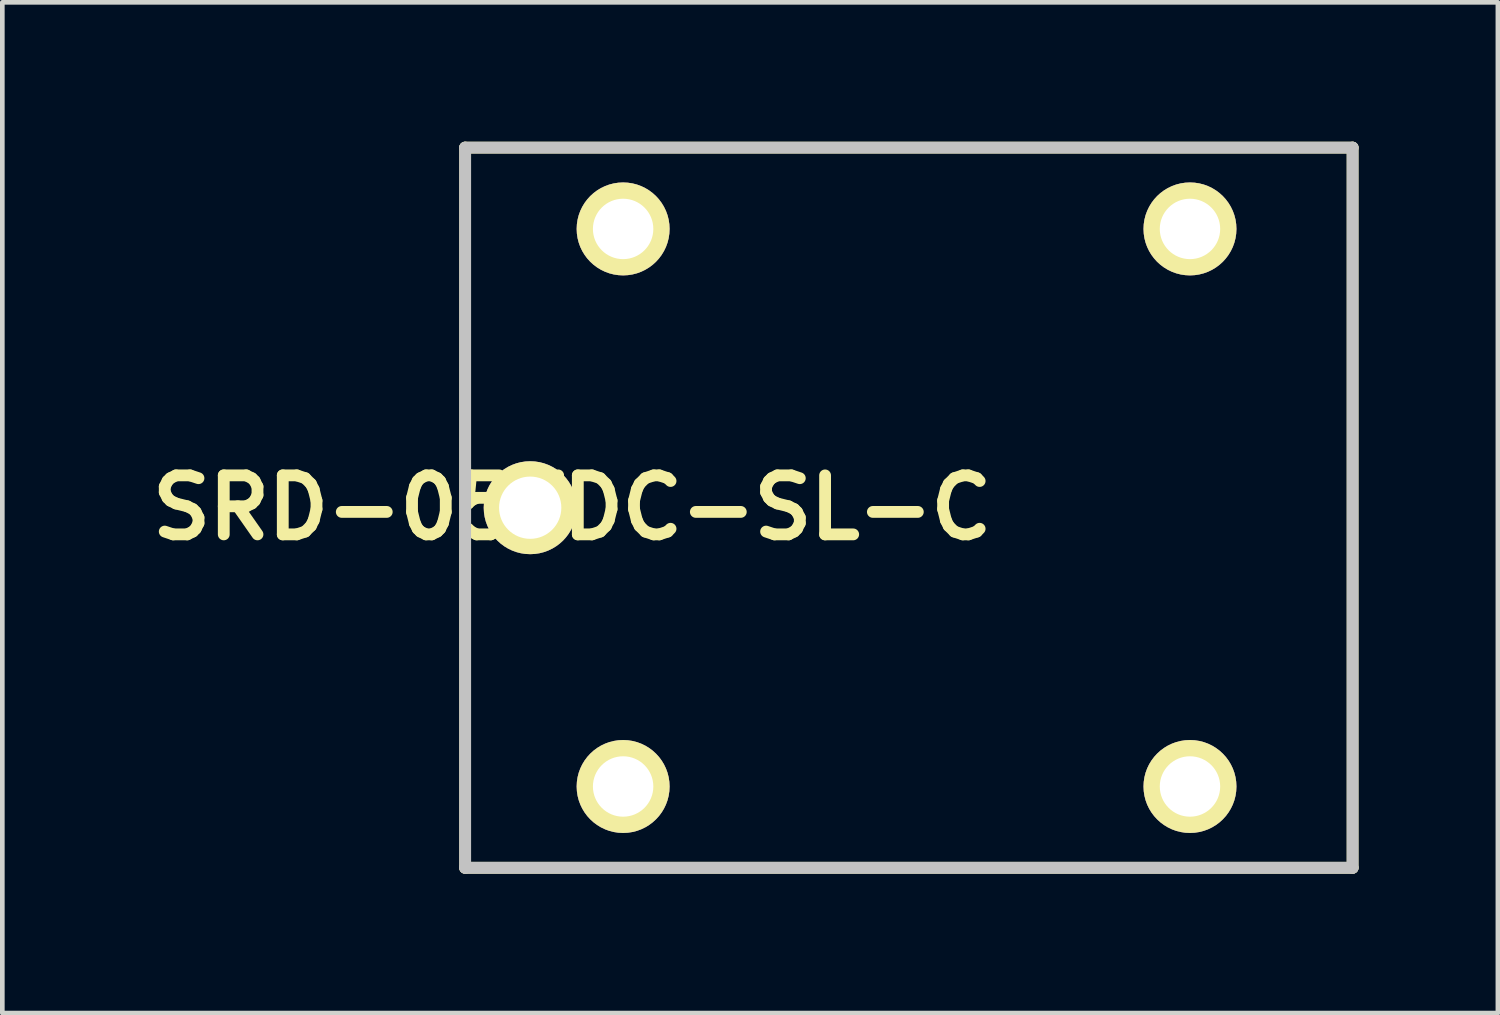
<source format=kicad_pcb>
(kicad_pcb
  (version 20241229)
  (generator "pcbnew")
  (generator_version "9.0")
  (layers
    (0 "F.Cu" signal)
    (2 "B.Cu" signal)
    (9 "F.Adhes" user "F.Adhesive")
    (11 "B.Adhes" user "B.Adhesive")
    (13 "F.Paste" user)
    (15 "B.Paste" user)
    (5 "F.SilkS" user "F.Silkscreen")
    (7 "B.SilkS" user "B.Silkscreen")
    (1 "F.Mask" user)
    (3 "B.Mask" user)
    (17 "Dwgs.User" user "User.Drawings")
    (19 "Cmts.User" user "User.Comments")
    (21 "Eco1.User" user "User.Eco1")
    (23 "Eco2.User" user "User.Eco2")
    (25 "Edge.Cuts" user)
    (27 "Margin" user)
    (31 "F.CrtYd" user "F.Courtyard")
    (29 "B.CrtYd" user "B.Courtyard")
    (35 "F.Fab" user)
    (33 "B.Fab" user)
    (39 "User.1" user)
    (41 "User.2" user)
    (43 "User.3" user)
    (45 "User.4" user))
  (footprint "SRD-05VDC-SL-C"
    (layer "F.Cu")
    (at 8.361 7.877)
    (property "Reference" "SRD-05VDC-SL-C" (at 0.904 0 0) (layer "F.SilkS") (effects (font (size 1.27 1.27) (thickness 0.254))))
    (attr through_hole)
    (fp_line (start -1.4 -7.75) (end 17.7 -7.75) (stroke (width 0.254) (type solid)) (layer "F.SilkS"))
    (fp_line (start -1.4 7.75) (end -1.4 -7.75) (stroke (width 0.254) (type solid)) (layer "F.SilkS"))
    (fp_line (start 17.7 -7.75) (end 17.7 7.75) (stroke (width 0.254) (type solid)) (layer "F.SilkS"))
    (fp_line (start 17.7 7.75) (end -1.4 7.75) (stroke (width 0.254) (type solid)) (layer "F.SilkS"))
    (fp_line (start -1.4 -7.75) (end 17.7 -7.75) (stroke (width 0.254) (type solid)) (layer "Dwgs.User"))
    (fp_line (start -1.4 7.75) (end -1.4 -7.75) (stroke (width 0.254) (type solid)) (layer "Dwgs.User"))
    (fp_line (start 17.7 -7.75) (end 17.7 7.75) (stroke (width 0.254) (type solid)) (layer "Dwgs.User"))
    (fp_line (start 17.7 7.75) (end -1.4 7.75) (stroke (width 0.254) (type solid)) (layer "Dwgs.User"))
    (pad "1" thru_hole circle (at 0 0 90) (size 2 2) (drill 1.34) (layers "*.Cu" "*.Mask" "F.SilkS"))
    (pad "2" thru_hole circle (at 2 -6 90) (size 2 2) (drill 1.3) (layers "*.Cu" "*.Mask" "F.SilkS"))
    (pad "3" thru_hole circle (at 2 6 90) (size 2 2) (drill 1.3) (layers "*.Cu" "*.Mask" "F.SilkS"))
    (pad "4" thru_hole circle (at 14.2 -6 90) (size 2 2) (drill 1.3) (layers "*.Cu" "*.Mask" "F.SilkS"))
    (pad "5" thru_hole circle (at 14.2 6 90) (size 2 2) (drill 1.3) (layers "*.Cu" "*.Mask" "F.SilkS")))
  (gr_rect
    (start -3 -3)
    (end 29.188 18.754)
    (stroke (width 0.1) (type default))
    (fill no)
    (layer "Edge.Cuts")))
</source>
